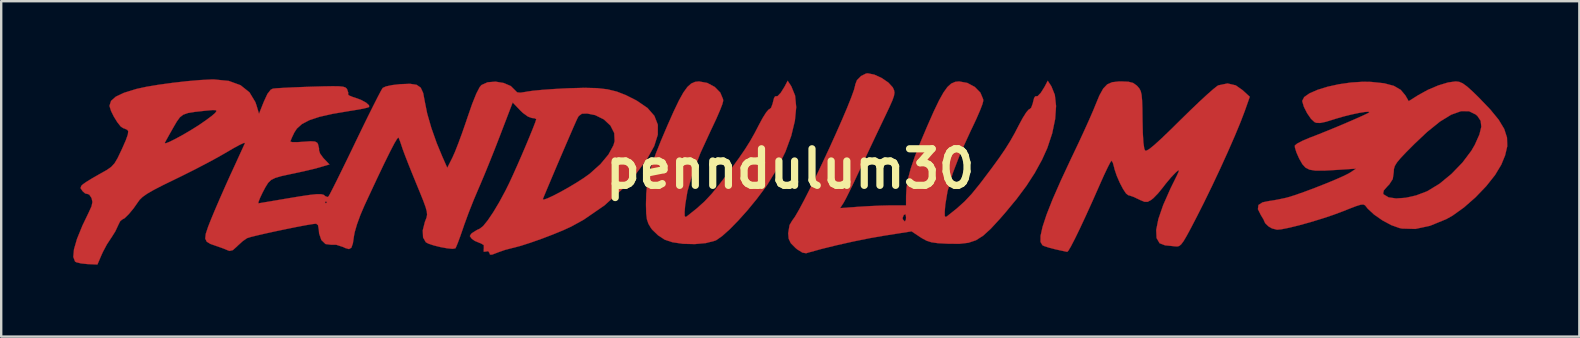
<source format=kicad_pcb>
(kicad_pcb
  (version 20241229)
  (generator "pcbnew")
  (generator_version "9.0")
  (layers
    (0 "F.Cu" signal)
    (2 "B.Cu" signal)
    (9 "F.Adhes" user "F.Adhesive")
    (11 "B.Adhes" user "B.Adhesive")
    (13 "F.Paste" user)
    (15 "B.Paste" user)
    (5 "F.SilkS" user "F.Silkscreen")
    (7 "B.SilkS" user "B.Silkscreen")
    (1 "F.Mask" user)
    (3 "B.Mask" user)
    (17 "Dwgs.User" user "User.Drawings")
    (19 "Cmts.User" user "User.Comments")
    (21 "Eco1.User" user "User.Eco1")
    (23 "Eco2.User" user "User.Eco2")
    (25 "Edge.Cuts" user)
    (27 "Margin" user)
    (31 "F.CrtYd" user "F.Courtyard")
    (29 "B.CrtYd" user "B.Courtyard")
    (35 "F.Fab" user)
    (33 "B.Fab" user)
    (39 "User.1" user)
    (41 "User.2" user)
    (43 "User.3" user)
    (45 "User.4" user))
  (footprint "penndulum30"
    (layer "F.Cu")
    (at 29.878 3.984)
    (property "Reference" "penndulum30" (at 0 0 0) (layer "F.SilkS") (effects (font (size 1.524 1.524) (thickness 0.3))))
    (attr through_hole)
    (fp_poly (pts (xy 0.046 -3.435) (xy 0.202 -3.054) (xy 0.249 -2.568) (xy 0.194 -2.002) (xy 0.043 -1.377) (xy -0.199 -0.716) (xy -0.527 -0.039) (xy -0.934 0.629) (xy -1.052 0.799) (xy -1.406 1.27) (xy -1.784 1.73) (xy -2.163 2.153) (xy -2.519 2.517) (xy -2.83 2.796) (xy -3.074 2.968) (xy -3.129 2.994) (xy -3.512 3.094) (xy -3.979 3.137) (xy -4.467 3.125) (xy -4.913 3.059) (xy -5.233 2.952) (xy -5.507 2.771) (xy -5.749 2.539) (xy -5.804 2.467) (xy -5.909 2.291) (xy -5.971 2.108) (xy -6.001 1.868) (xy -6.01 1.519) (xy -6.01 1.441) (xy -5.999 1.032) (xy -5.962 0.653) (xy -5.89 0.274) (xy -5.776 -0.136) (xy -5.61 -0.609) (xy -5.384 -1.176) (xy -5.128 -1.778) (xy -4.861 -2.38) (xy -4.64 -2.841) (xy -4.453 -3.178) (xy -4.286 -3.409) (xy -4.128 -3.551) (xy -3.965 -3.623) (xy -3.801 -3.641) (xy -3.456 -3.578) (xy -3.147 -3.412) (xy -2.914 -3.175) (xy -2.8 -2.902) (xy -2.794 -2.829) (xy -2.83 -2.689) (xy -2.93 -2.432) (xy -3.078 -2.091) (xy -3.261 -1.701) (xy -3.31 -1.599) (xy -3.744 -0.656) (xy -4.069 0.192) (xy -4.283 0.936) (xy -4.377 1.504) (xy -4.401 1.803) (xy -4.398 1.962) (xy -4.364 2.009) (xy -4.311 1.983) (xy -3.897 1.654) (xy -3.568 1.358) (xy -3.272 1.042) (xy -2.956 0.653) (xy -2.847 0.511) (xy -2.445 -0.021) (xy -2.13 -0.455) (xy -1.878 -0.823) (xy -1.668 -1.158) (xy -1.479 -1.493) (xy -1.31 -1.819) (xy -1.149 -2.118) (xy -1.006 -2.345) (xy -0.903 -2.467) (xy -0.875 -2.479) (xy -0.799 -2.541) (xy -0.733 -2.716) (xy -0.723 -2.763) (xy -0.675 -2.947) (xy -0.629 -3.022) (xy -0.619 -3.018) (xy -0.527 -3.029) (xy -0.393 -3.17) (xy -0.241 -3.415) (xy -0.235 -3.425) (xy -0.107 -3.669) (xy 0.046 -3.435)) (stroke (width 0.01) (type solid)) (fill yes) (layer "F.Cu"))
    (fp_poly (pts (xy 14.092 -3.628) (xy 14.287 -3.578) (xy 14.435 -3.473) (xy 14.474 -3.434) (xy 14.551 -3.341) (xy 14.605 -3.235) (xy 14.64 -3.085) (xy 14.661 -2.859) (xy 14.673 -2.527) (xy 14.679 -2.058) (xy 14.679 -2.041) (xy 14.691 -1.504) (xy 14.715 -1.102) (xy 14.751 -0.848) (xy 14.786 -0.759) (xy 14.851 -0.759) (xy 14.982 -0.838) (xy 15.187 -1.007) (xy 15.479 -1.273) (xy 15.867 -1.646) (xy 16.258 -2.032) (xy 16.664 -2.429) (xy 17.04 -2.788) (xy 17.367 -3.09) (xy 17.626 -3.318) (xy 17.795 -3.452) (xy 17.84 -3.478) (xy 18.222 -3.557) (xy 18.565 -3.477) (xy 18.847 -3.279) (xy 19.149 -3.002) (xy 18.941 -2.411) (xy 18.765 -1.95) (xy 18.526 -1.374) (xy 18.238 -0.716) (xy 17.917 -0.009) (xy 17.578 0.71) (xy 17.237 1.41) (xy 16.944 1.99) (xy 16.703 2.454) (xy 16.523 2.788) (xy 16.391 3.012) (xy 16.29 3.148) (xy 16.206 3.216) (xy 16.124 3.236) (xy 16.039 3.231) (xy 15.794 3.205) (xy 15.621 3.189) (xy 15.39 3.101) (xy 15.266 2.886) (xy 15.25 2.548) (xy 15.341 2.09) (xy 15.539 1.515) (xy 15.843 0.826) (xy 15.958 0.593) (xy 16.109 0.288) (xy 16.187 0.114) (xy 16.198 0.053) (xy 16.143 0.083) (xy 16.047 0.169) (xy 15.863 0.362) (xy 15.646 0.621) (xy 15.529 0.774) (xy 15.331 1.018) (xy 15.136 1.219) (xy 15.038 1.298) (xy 14.895 1.375) (xy 14.764 1.376) (xy 14.574 1.297) (xy 14.512 1.266) (xy 14.288 1.163) (xy 14.118 1.105) (xy 14.085 1.101) (xy 13.993 1.028) (xy 13.868 0.84) (xy 13.732 0.581) (xy 13.607 0.294) (xy 13.516 0.025) (xy 13.495 -0.064) (xy 13.444 -0.25) (xy 13.392 -0.338) (xy 13.388 -0.339) (xy 13.335 -0.266) (xy 13.232 -0.067) (xy 13.091 0.228) (xy 12.928 0.59) (xy 12.918 0.614) (xy 12.606 1.32) (xy 12.321 1.948) (xy 12.07 2.486) (xy 11.859 2.919) (xy 11.696 3.234) (xy 11.586 3.417) (xy 11.542 3.46) (xy 11.425 3.436) (xy 11.203 3.388) (xy 11.049 3.354) (xy 10.781 3.285) (xy 10.573 3.216) (xy 10.51 3.185) (xy 10.43 3.049) (xy 10.431 2.794) (xy 10.515 2.415) (xy 10.682 1.908) (xy 10.934 1.27) (xy 11.273 0.497) (xy 11.699 -0.416) (xy 11.784 -0.593) (xy 12.022 -1.094) (xy 12.254 -1.595) (xy 12.461 -2.054) (xy 12.625 -2.431) (xy 12.706 -2.63) (xy 12.882 -3.055) (xy 13.041 -3.342) (xy 13.209 -3.518) (xy 13.414 -3.608) (xy 13.685 -3.639) (xy 13.789 -3.641) (xy 14.092 -3.628)) (stroke (width 0.01) (type solid)) (fill yes) (layer "F.Cu"))
    (fp_poly (pts (xy 3.505 -3.924) (xy 3.812 -3.783) (xy 4.089 -3.594) (xy 4.271 -3.395) (xy 4.28 -3.379) (xy 4.326 -3.275) (xy 4.344 -3.172) (xy 4.323 -3.041) (xy 4.257 -2.851) (xy 4.135 -2.576) (xy 3.95 -2.185) (xy 3.887 -2.054) (xy 3.637 -1.531) (xy 3.354 -0.933) (xy 3.073 -0.337) (xy 2.857 0.127) (xy 2.663 0.541) (xy 2.482 0.914) (xy 2.333 1.213) (xy 2.231 1.402) (xy 2.213 1.432) (xy 2.079 1.637) (xy 2.873 1.58) (xy 3.312 1.554) (xy 3.77 1.534) (xy 4.164 1.524) (xy 4.246 1.524) (xy 4.826 1.524) (xy 4.827 1.122) (xy 4.847 0.781) (xy 4.909 0.412) (xy 5.021 -0.008) (xy 5.19 -0.504) (xy 5.424 -1.102) (xy 5.71 -1.778) (xy 5.976 -2.38) (xy 6.197 -2.841) (xy 6.385 -3.178) (xy 6.551 -3.409) (xy 6.709 -3.551) (xy 6.872 -3.623) (xy 7.036 -3.641) (xy 7.381 -3.578) (xy 7.69 -3.412) (xy 7.923 -3.175) (xy 8.038 -2.902) (xy 8.043 -2.829) (xy 8.007 -2.689) (xy 7.908 -2.432) (xy 7.76 -2.091) (xy 7.577 -1.701) (xy 7.527 -1.599) (xy 7.094 -0.656) (xy 6.768 0.192) (xy 6.554 0.936) (xy 6.46 1.504) (xy 6.437 1.803) (xy 6.44 1.962) (xy 6.473 2.009) (xy 6.527 1.983) (xy 6.941 1.654) (xy 7.269 1.358) (xy 7.565 1.042) (xy 7.881 0.653) (xy 7.991 0.511) (xy 8.392 -0.021) (xy 8.708 -0.455) (xy 8.96 -0.823) (xy 9.169 -1.158) (xy 9.358 -1.493) (xy 9.527 -1.819) (xy 9.688 -2.118) (xy 9.831 -2.345) (xy 9.934 -2.467) (xy 9.963 -2.479) (xy 10.038 -2.541) (xy 10.104 -2.716) (xy 10.114 -2.763) (xy 10.162 -2.947) (xy 10.209 -3.022) (xy 10.218 -3.018) (xy 10.31 -3.029) (xy 10.444 -3.17) (xy 10.597 -3.415) (xy 10.602 -3.425) (xy 10.73 -3.669) (xy 10.883 -3.435) (xy 11.026 -3.081) (xy 11.077 -2.616) (xy 11.039 -2.073) (xy 10.916 -1.48) (xy 10.713 -0.868) (xy 10.492 -0.379) (xy 10.187 0.175) (xy 9.843 0.707) (xy 9.433 1.257) (xy 8.93 1.863) (xy 8.733 2.088) (xy 8.356 2.497) (xy 8.038 2.787) (xy 7.741 2.976) (xy 7.424 3.082) (xy 7.05 3.125) (xy 6.578 3.122) (xy 6.541 3.12) (xy 6.156 3.099) (xy 5.887 3.062) (xy 5.681 2.996) (xy 5.486 2.89) (xy 5.421 2.848) (xy 5.056 2.606) (xy 3.898 2.788) (xy 3.302 2.892) (xy 2.633 3.027) (xy 1.95 3.18) (xy 1.307 3.338) (xy 0.764 3.488) (xy 0.663 3.519) (xy 0.508 3.492) (xy 0.291 3.357) (xy 0.219 3.297) (xy 0.023 3.099) (xy -0.065 2.913) (xy -0.085 2.685) (xy -0.029 2.344) (xy 0.078 2.164) (xy 0.155 2.056) (xy 4.679 2.056) (xy 4.694 2.109) (xy 4.778 2.196) (xy 4.82 2.119) (xy 4.826 2.015) (xy 4.805 1.892) (xy 4.734 1.921) (xy 4.732 1.923) (xy 4.679 2.056) (xy 0.155 2.056) (xy 0.198 1.996) (xy 0.37 1.7) (xy 0.584 1.298) (xy 0.83 0.814) (xy 1.097 0.27) (xy 1.373 -0.311) (xy 1.65 -0.905) (xy 1.915 -1.491) (xy 2.159 -2.044) (xy 2.371 -2.543) (xy 2.54 -2.965) (xy 2.656 -3.286) (xy 2.708 -3.485) (xy 2.709 -3.509) (xy 2.78 -3.693) (xy 2.951 -3.866) (xy 3.159 -3.97) (xy 3.233 -3.979) (xy 3.505 -3.924)) (stroke (width 0.01) (type solid)) (fill yes) (layer "F.Cu"))
    (fp_poly (pts (xy 27.873 -3.624) (xy 28.021 -3.561) (xy 28.202 -3.43) (xy 28.446 -3.21) (xy 28.677 -2.985) (xy 29.164 -2.479) (xy 29.519 -2.046) (xy 29.751 -1.661) (xy 29.867 -1.301) (xy 29.877 -0.94) (xy 29.787 -0.557) (xy 29.628 -0.171) (xy 29.369 0.259) (xy 28.998 0.726) (xy 28.553 1.189) (xy 28.074 1.609) (xy 27.6 1.949) (xy 27.335 2.098) (xy 26.656 2.375) (xy 26.047 2.505) (xy 25.498 2.49) (xy 25.382 2.467) (xy 25.044 2.346) (xy 24.671 2.145) (xy 24.324 1.903) (xy 24.062 1.659) (xy 24.01 1.593) (xy 23.952 1.521) (xy 23.882 1.487) (xy 23.768 1.496) (xy 23.579 1.555) (xy 23.284 1.668) (xy 23.047 1.763) (xy 22.637 1.916) (xy 22.169 2.072) (xy 21.681 2.221) (xy 21.209 2.352) (xy 20.79 2.455) (xy 20.463 2.52) (xy 20.286 2.537) (xy 20.078 2.485) (xy 19.939 2.407) (xy 19.809 2.288) (xy 19.767 2.219) (xy 19.723 2.113) (xy 19.619 1.94) (xy 19.612 1.93) (xy 19.488 1.682) (xy 19.51 1.508) (xy 19.683 1.397) (xy 19.94 1.344) (xy 20.287 1.288) (xy 20.642 1.213) (xy 20.738 1.188) (xy 21.037 1.096) (xy 21.246 1.022) (xy 24.705 1.022) (xy 24.73 1.068) (xy 24.933 1.19) (xy 25.249 1.235) (xy 25.642 1.208) (xy 26.076 1.111) (xy 26.514 0.946) (xy 26.562 0.923) (xy 27.054 0.624) (xy 27.553 0.214) (xy 28.012 -0.261) (xy 28.383 -0.753) (xy 28.528 -1.004) (xy 28.717 -1.428) (xy 28.797 -1.751) (xy 28.77 -1.999) (xy 28.636 -2.199) (xy 28.567 -2.261) (xy 28.284 -2.4) (xy 27.943 -2.399) (xy 27.541 -2.255) (xy 27.072 -1.967) (xy 26.534 -1.533) (xy 26.014 -1.042) (xy 25.672 -0.699) (xy 25.433 -0.447) (xy 25.28 -0.263) (xy 25.193 -0.119) (xy 25.155 0.008) (xy 25.146 0.146) (xy 25.146 0.149) (xy 25.107 0.424) (xy 24.963 0.648) (xy 24.894 0.718) (xy 24.734 0.899) (xy 24.705 1.022) (xy 21.246 1.022) (xy 21.422 0.96) (xy 21.855 0.798) (xy 22.295 0.625) (xy 22.706 0.455) (xy 23.046 0.305) (xy 23.279 0.189) (xy 23.325 0.161) (xy 23.58 -0.007) (xy 22.717 0.049) (xy 22.233 0.076) (xy 21.885 0.075) (xy 21.641 0.037) (xy 21.47 -0.05) (xy 21.339 -0.194) (xy 21.218 -0.407) (xy 21.204 -0.433) (xy 21.091 -0.687) (xy 21.03 -0.889) (xy 21.027 -0.972) (xy 21.122 -1.051) (xy 21.335 -1.163) (xy 21.624 -1.286) (xy 21.689 -1.311) (xy 21.999 -1.431) (xy 22.373 -1.581) (xy 22.776 -1.747) (xy 23.179 -1.917) (xy 23.548 -2.077) (xy 23.851 -2.212) (xy 24.056 -2.309) (xy 24.13 -2.351) (xy 24.102 -2.379) (xy 23.946 -2.369) (xy 23.697 -2.329) (xy 23.39 -2.264) (xy 23.06 -2.182) (xy 22.742 -2.09) (xy 22.674 -2.068) (xy 22.319 -1.959) (xy 22.081 -1.91) (xy 21.923 -1.916) (xy 21.849 -1.945) (xy 21.698 -2.085) (xy 21.537 -2.32) (xy 21.404 -2.582) (xy 21.338 -2.804) (xy 21.336 -2.834) (xy 21.416 -2.99) (xy 21.637 -3.144) (xy 21.97 -3.29) (xy 22.387 -3.419) (xy 22.861 -3.523) (xy 23.362 -3.595) (xy 23.862 -3.627) (xy 24.201 -3.621) (xy 24.747 -3.564) (xy 25.153 -3.456) (xy 25.441 -3.288) (xy 25.635 -3.054) (xy 25.77 -2.818) (xy 26.153 -3.06) (xy 26.565 -3.288) (xy 27.003 -3.474) (xy 27.413 -3.598) (xy 27.726 -3.641) (xy 27.873 -3.624)) (stroke (width 0.01) (type solid)) (fill yes) (layer "F.Cu"))
    (fp_poly (pts (xy -23.396 -3.662) (xy -22.905 -3.483) (xy -22.534 -3.188) (xy -22.287 -2.779) (xy -22.238 -2.636) (xy -22.136 -2.291) (xy -21.934 -2.798) (xy -21.784 -3.121) (xy -21.647 -3.296) (xy -21.555 -3.341) (xy -21.414 -3.355) (xy -21.136 -3.372) (xy -20.753 -3.391) (xy -20.299 -3.409) (xy -19.961 -3.421) (xy -19.439 -3.436) (xy -19.06 -3.442) (xy -18.8 -3.438) (xy -18.634 -3.421) (xy -18.536 -3.39) (xy -18.482 -3.342) (xy -18.462 -3.31) (xy -18.414 -3.165) (xy -18.427 -3.107) (xy -18.385 -3.057) (xy -18.225 -2.991) (xy -18.148 -2.968) (xy -17.885 -2.872) (xy -17.673 -2.757) (xy -17.551 -2.647) (xy -17.547 -2.575) (xy -17.648 -2.541) (xy -17.877 -2.492) (xy -18.192 -2.437) (xy -18.357 -2.411) (xy -19.062 -2.292) (xy -19.616 -2.167) (xy -20.038 -2.027) (xy -20.345 -1.866) (xy -20.557 -1.677) (xy -20.662 -1.517) (xy -20.764 -1.304) (xy -20.823 -1.159) (xy -20.828 -1.134) (xy -20.751 -1.112) (xy -20.551 -1.11) (xy -20.285 -1.127) (xy -19.982 -1.148) (xy -19.805 -1.137) (xy -19.713 -1.088) (xy -19.679 -1.033) (xy -19.634 -0.848) (xy -19.635 -0.773) (xy -19.594 -0.641) (xy -19.466 -0.462) (xy -19.427 -0.419) (xy -19.2 -0.182) (xy -19.612 -0.061) (xy -19.886 0.012) (xy -20.26 0.1) (xy -20.668 0.189) (xy -20.815 0.219) (xy -21.202 0.303) (xy -21.46 0.379) (xy -21.626 0.461) (xy -21.738 0.566) (xy -21.77 0.608) (xy -21.873 0.774) (xy -21.987 0.99) (xy -22.089 1.205) (xy -22.155 1.371) (xy -22.163 1.438) (xy -22.163 1.439) (xy -22.076 1.425) (xy -21.909 1.397) (xy -19.389 1.397) (xy -19.346 1.439) (xy -19.304 1.397) (xy -19.346 1.355) (xy -19.389 1.397) (xy -21.909 1.397) (xy -21.852 1.388) (xy -21.523 1.332) (xy -21.117 1.263) (xy -20.946 1.234) (xy -20.409 1.145) (xy -20.014 1.087) (xy -19.737 1.058) (xy -19.555 1.057) (xy -19.443 1.083) (xy -19.378 1.134) (xy -19.371 1.142) (xy -19.277 1.177) (xy -19.234 1.142) (xy -19.179 1.047) (xy -19.061 0.818) (xy -18.89 0.478) (xy -18.677 0.045) (xy -18.431 -0.459) (xy -18.162 -1.015) (xy -18.121 -1.101) (xy -17.849 -1.664) (xy -17.596 -2.181) (xy -17.372 -2.63) (xy -17.189 -2.991) (xy -17.056 -3.243) (xy -16.984 -3.366) (xy -16.98 -3.371) (xy -16.844 -3.433) (xy -16.588 -3.488) (xy -16.261 -3.526) (xy -16.247 -3.527) (xy -15.841 -3.542) (xy -15.568 -3.5) (xy -15.397 -3.381) (xy -15.295 -3.16) (xy -15.23 -2.814) (xy -15.228 -2.802) (xy -15.128 -2.304) (xy -14.957 -1.711) (xy -14.731 -1.071) (xy -14.505 -0.525) (xy -14.291 -0.042) (xy -14.077 -0.464) (xy -13.973 -0.697) (xy -13.834 -1.05) (xy -13.675 -1.481) (xy -13.513 -1.947) (xy -13.458 -2.112) (xy -13.252 -2.707) (xy -13.079 -3.137) (xy -12.94 -3.404) (xy -12.867 -3.49) (xy -12.609 -3.606) (xy -12.281 -3.632) (xy -11.94 -3.576) (xy -11.644 -3.449) (xy -11.452 -3.259) (xy -11.38 -3.187) (xy -11.246 -3.172) (xy -11.003 -3.209) (xy -10.961 -3.218) (xy -10.726 -3.252) (xy -10.365 -3.287) (xy -9.919 -3.32) (xy -9.431 -3.348) (xy -9.228 -3.357) (xy -8.575 -3.374) (xy -8.051 -3.362) (xy -7.615 -3.312) (xy -7.229 -3.218) (xy -6.853 -3.072) (xy -6.446 -2.867) (xy -6.378 -2.829) (xy -5.948 -2.535) (xy -5.661 -2.207) (xy -5.517 -1.837) (xy -5.519 -1.419) (xy -5.667 -0.949) (xy -5.962 -0.418) (xy -6.405 0.179) (xy -6.993 0.843) (xy -7.74 1.524) (xy -8.609 2.122) (xy -9.131 2.409) (xy -9.47 2.564) (xy -9.897 2.739) (xy -10.364 2.917) (xy -10.825 3.079) (xy -11.23 3.209) (xy -11.534 3.29) (xy -11.557 3.294) (xy -11.876 3.376) (xy -12.193 3.487) (xy -12.213 3.496) (xy -12.417 3.574) (xy -12.51 3.576) (xy -12.531 3.512) (xy -12.586 3.431) (xy -12.671 3.446) (xy -12.771 3.455) (xy -12.771 3.344) (xy -12.766 3.323) (xy -12.769 3.178) (xy -12.904 3.1) (xy -12.932 3.093) (xy -13.148 3.002) (xy -13.271 2.913) (xy -13.35 2.803) (xy -13.296 2.71) (xy -13.239 2.665) (xy -13.049 2.546) (xy -12.937 2.496) (xy -12.796 2.386) (xy -12.603 2.147) (xy -12.372 1.805) (xy -12.122 1.386) (xy -12.055 1.262) (xy -10.309 1.262) (xy -10.269 1.284) (xy -10.113 1.231) (xy -9.871 1.119) (xy -9.57 0.963) (xy -9.24 0.778) (xy -8.909 0.58) (xy -8.605 0.385) (xy -8.356 0.207) (xy -8.346 0.198) (xy -7.907 -0.195) (xy -7.573 -0.597) (xy -7.366 -0.98) (xy -7.317 -1.151) (xy -7.333 -1.489) (xy -7.491 -1.801) (xy -7.766 -2.059) (xy -8.129 -2.238) (xy -8.461 -2.304) (xy -8.68 -2.296) (xy -8.811 -2.201) (xy -8.861 -2.117) (xy -8.919 -1.993) (xy -9.03 -1.742) (xy -9.181 -1.393) (xy -9.361 -0.977) (xy -9.557 -0.521) (xy -9.756 -0.055) (xy -9.945 0.392) (xy -10.113 0.79) (xy -10.247 1.11) (xy -10.309 1.262) (xy -12.055 1.262) (xy -11.867 0.914) (xy -11.708 0.593) (xy -11.557 0.266) (xy -11.382 -0.124) (xy -11.198 -0.545) (xy -11.017 -0.968) (xy -10.853 -1.362) (xy -10.717 -1.697) (xy -10.623 -1.941) (xy -10.584 -2.064) (xy -10.583 -2.069) (xy -10.655 -2.107) (xy -10.766 -2.117) (xy -10.928 -2.176) (xy -11.139 -2.328) (xy -11.256 -2.441) (xy -11.565 -2.765) (xy -12.103 -1.361) (xy -12.309 -0.83) (xy -12.527 -0.284) (xy -12.736 0.228) (xy -12.917 0.658) (xy -12.999 0.847) (xy -13.194 1.307) (xy -13.4 1.828) (xy -13.58 2.318) (xy -13.626 2.455) (xy -13.746 2.801) (xy -13.851 3.084) (xy -13.927 3.267) (xy -13.954 3.315) (xy -14.071 3.334) (xy -14.296 3.312) (xy -14.575 3.261) (xy -14.854 3.192) (xy -15.081 3.116) (xy -15.185 3.059) (xy -15.299 2.86) (xy -15.312 2.563) (xy -15.222 2.207) (xy -15.198 2.148) (xy -15.153 2.028) (xy -15.132 1.915) (xy -15.143 1.781) (xy -15.193 1.597) (xy -15.289 1.333) (xy -15.439 0.961) (xy -15.568 0.648) (xy -15.751 0.2) (xy -15.919 -0.219) (xy -16.057 -0.574) (xy -16.15 -0.825) (xy -16.171 -0.889) (xy -16.248 -1.119) (xy -16.31 -1.28) (xy -16.323 -1.304) (xy -16.375 -1.261) (xy -16.494 -1.063) (xy -16.676 -0.714) (xy -16.923 -0.214) (xy -17.232 0.435) (xy -17.603 1.229) (xy -17.747 1.54) (xy -17.914 1.931) (xy -18.054 2.316) (xy -18.148 2.639) (xy -18.175 2.78) (xy -18.224 3.108) (xy -18.287 3.288) (xy -18.386 3.345) (xy -18.542 3.301) (xy -18.627 3.259) (xy -18.919 3.164) (xy -19.139 3.163) (xy -19.366 3.134) (xy -19.538 2.967) (xy -19.632 2.692) (xy -19.643 2.543) (xy -19.676 2.349) (xy -19.755 2.286) (xy -19.911 2.304) (xy -20.192 2.351) (xy -20.562 2.421) (xy -20.984 2.506) (xy -21.424 2.598) (xy -21.844 2.69) (xy -22.209 2.774) (xy -22.483 2.842) (xy -22.63 2.888) (xy -22.636 2.891) (xy -22.815 3.015) (xy -23.018 3.199) (xy -23.048 3.23) (xy -23.227 3.389) (xy -23.365 3.422) (xy -23.429 3.399) (xy -23.606 3.325) (xy -23.855 3.236) (xy -23.915 3.216) (xy -24.163 3.129) (xy -24.314 3.036) (xy -24.376 2.907) (xy -24.354 2.71) (xy -24.255 2.412) (xy -24.133 2.103) (xy -23.972 1.716) (xy -23.764 1.233) (xy -23.535 0.714) (xy -23.311 0.217) (xy -23.286 0.165) (xy -23.098 -0.244) (xy -22.934 -0.603) (xy -22.807 -0.88) (xy -22.731 -1.047) (xy -22.718 -1.077) (xy -22.767 -1.078) (xy -22.933 -1.003) (xy -23.188 -0.865) (xy -23.466 -0.702) (xy -23.821 -0.498) (xy -24.282 -0.248) (xy -24.802 0.023) (xy -25.333 0.289) (xy -25.62 0.429) (xy -26.138 0.681) (xy -26.523 0.88) (xy -26.798 1.039) (xy -26.987 1.172) (xy -27.111 1.292) (xy -27.165 1.367) (xy -27.361 1.646) (xy -27.562 1.888) (xy -27.734 2.057) (xy -27.843 2.117) (xy -27.924 2.188) (xy -28.008 2.36) (xy -28.012 2.37) (xy -28.125 2.61) (xy -28.286 2.866) (xy -28.31 2.9) (xy -28.474 3.15) (xy -28.638 3.458) (xy -28.695 3.582) (xy -28.869 3.988) (xy -29.292 3.969) (xy -29.554 3.941) (xy -29.748 3.893) (xy -29.801 3.863) (xy -29.873 3.673) (xy -29.845 3.355) (xy -29.718 2.917) (xy -29.493 2.365) (xy -29.235 1.829) (xy -29.114 1.564) (xy -29.076 1.383) (xy -29.109 1.232) (xy -29.118 1.21) (xy -29.208 1.075) (xy -29.28 1.049) (xy -29.38 1.026) (xy -29.484 0.934) (xy -29.573 0.804) (xy -29.54 0.709) (xy -29.478 0.65) (xy -29.338 0.55) (xy -29.095 0.401) (xy -28.801 0.232) (xy -28.756 0.207) (xy -28.48 0.052) (xy -28.292 -0.08) (xy -28.153 -0.232) (xy -28.027 -0.445) (xy -27.875 -0.763) (xy -27.843 -0.832) (xy -27.736 -1.073) (xy -26.065 -1.073) (xy -26.021 -1.063) (xy -25.862 -1.125) (xy -25.619 -1.246) (xy -25.32 -1.408) (xy -24.996 -1.598) (xy -24.676 -1.798) (xy -24.628 -1.829) (xy -24.346 -2.024) (xy -24.11 -2.199) (xy -23.965 -2.324) (xy -23.953 -2.338) (xy -23.906 -2.41) (xy -23.939 -2.445) (xy -24.081 -2.447) (xy -24.36 -2.422) (xy -24.386 -2.419) (xy -24.805 -2.373) (xy -25.094 -2.326) (xy -25.291 -2.256) (xy -25.434 -2.145) (xy -25.561 -1.97) (xy -25.711 -1.713) (xy -25.713 -1.709) (xy -25.871 -1.43) (xy -25.995 -1.207) (xy -26.061 -1.082) (xy -26.065 -1.073) (xy -27.736 -1.073) (xy -27.685 -1.191) (xy -27.601 -1.427) (xy -27.585 -1.564) (xy -27.62 -1.622) (xy -27.756 -1.685) (xy -27.791 -1.692) (xy -27.898 -1.763) (xy -28.039 -1.941) (xy -28.183 -2.173) (xy -28.301 -2.411) (xy -28.361 -2.603) (xy -28.363 -2.636) (xy -28.3 -2.831) (xy -28.103 -3.006) (xy -27.76 -3.168) (xy -27.261 -3.322) (xy -27.215 -3.334) (xy -26.821 -3.419) (xy -26.31 -3.504) (xy -25.733 -3.583) (xy -25.142 -3.65) (xy -24.59 -3.698) (xy -24.127 -3.722) (xy -24.006 -3.723) (xy -23.396 -3.662)) (stroke (width 0.01) (type solid)) (fill yes) (layer "F.Cu"))
    (fp_poly (pts (xy 0.046 -3.435) (xy 0.202 -3.054) (xy 0.249 -2.568) (xy 0.194 -2.002) (xy 0.043 -1.377) (xy -0.199 -0.716) (xy -0.527 -0.039) (xy -0.934 0.629) (xy -1.052 0.799) (xy -1.406 1.27) (xy -1.784 1.73) (xy -2.163 2.153) (xy -2.519 2.517) (xy -2.83 2.796) (xy -3.074 2.968) (xy -3.129 2.994) (xy -3.512 3.094) (xy -3.979 3.137) (xy -4.467 3.125) (xy -4.913 3.059) (xy -5.233 2.952) (xy -5.507 2.771) (xy -5.749 2.539) (xy -5.804 2.467) (xy -5.909 2.291) (xy -5.971 2.108) (xy -6.001 1.868) (xy -6.01 1.519) (xy -6.01 1.441) (xy -5.999 1.032) (xy -5.962 0.653) (xy -5.89 0.274) (xy -5.776 -0.136) (xy -5.61 -0.609) (xy -5.384 -1.176) (xy -5.128 -1.778) (xy -4.861 -2.38) (xy -4.64 -2.841) (xy -4.453 -3.178) (xy -4.286 -3.409) (xy -4.128 -3.551) (xy -3.965 -3.623) (xy -3.801 -3.641) (xy -3.456 -3.578) (xy -3.147 -3.412) (xy -2.914 -3.175) (xy -2.8 -2.902) (xy -2.794 -2.829) (xy -2.83 -2.689) (xy -2.93 -2.432) (xy -3.078 -2.091) (xy -3.261 -1.701) (xy -3.31 -1.599) (xy -3.744 -0.656) (xy -4.069 0.192) (xy -4.283 0.936) (xy -4.377 1.504) (xy -4.401 1.803) (xy -4.398 1.962) (xy -4.364 2.009) (xy -4.311 1.983) (xy -3.897 1.654) (xy -3.568 1.358) (xy -3.272 1.042) (xy -2.956 0.653) (xy -2.847 0.511) (xy -2.445 -0.021) (xy -2.13 -0.455) (xy -1.878 -0.823) (xy -1.668 -1.158) (xy -1.479 -1.493) (xy -1.31 -1.819) (xy -1.149 -2.118) (xy -1.006 -2.345) (xy -0.903 -2.467) (xy -0.875 -2.479) (xy -0.799 -2.541) (xy -0.733 -2.716) (xy -0.723 -2.763) (xy -0.675 -2.947) (xy -0.629 -3.022) (xy -0.619 -3.018) (xy -0.527 -3.029) (xy -0.393 -3.17) (xy -0.241 -3.415) (xy -0.235 -3.425) (xy -0.107 -3.669) (xy 0.046 -3.435)) (stroke (width 0.01) (type solid)) (fill yes) (layer "F.Mask"))
    (fp_poly (pts (xy 14.092 -3.628) (xy 14.287 -3.578) (xy 14.435 -3.473) (xy 14.474 -3.434) (xy 14.551 -3.341) (xy 14.605 -3.235) (xy 14.64 -3.085) (xy 14.661 -2.859) (xy 14.673 -2.527) (xy 14.679 -2.058) (xy 14.679 -2.041) (xy 14.691 -1.504) (xy 14.715 -1.102) (xy 14.751 -0.848) (xy 14.786 -0.759) (xy 14.851 -0.759) (xy 14.982 -0.838) (xy 15.187 -1.007) (xy 15.479 -1.273) (xy 15.867 -1.646) (xy 16.258 -2.032) (xy 16.664 -2.429) (xy 17.04 -2.788) (xy 17.367 -3.09) (xy 17.626 -3.318) (xy 17.795 -3.452) (xy 17.84 -3.478) (xy 18.222 -3.557) (xy 18.565 -3.477) (xy 18.847 -3.279) (xy 19.149 -3.002) (xy 18.941 -2.411) (xy 18.765 -1.95) (xy 18.526 -1.374) (xy 18.238 -0.716) (xy 17.917 -0.009) (xy 17.578 0.71) (xy 17.237 1.41) (xy 16.944 1.99) (xy 16.703 2.454) (xy 16.523 2.788) (xy 16.391 3.012) (xy 16.29 3.148) (xy 16.206 3.216) (xy 16.124 3.236) (xy 16.039 3.231) (xy 15.794 3.205) (xy 15.621 3.189) (xy 15.39 3.101) (xy 15.266 2.886) (xy 15.25 2.548) (xy 15.341 2.09) (xy 15.539 1.515) (xy 15.843 0.826) (xy 15.958 0.593) (xy 16.109 0.288) (xy 16.187 0.114) (xy 16.198 0.053) (xy 16.143 0.083) (xy 16.047 0.169) (xy 15.863 0.362) (xy 15.646 0.621) (xy 15.529 0.774) (xy 15.331 1.018) (xy 15.136 1.219) (xy 15.038 1.298) (xy 14.895 1.375) (xy 14.764 1.376) (xy 14.574 1.297) (xy 14.512 1.266) (xy 14.288 1.163) (xy 14.118 1.105) (xy 14.085 1.101) (xy 13.993 1.028) (xy 13.868 0.84) (xy 13.732 0.581) (xy 13.607 0.294) (xy 13.516 0.025) (xy 13.495 -0.064) (xy 13.444 -0.25) (xy 13.392 -0.338) (xy 13.388 -0.339) (xy 13.335 -0.266) (xy 13.232 -0.067) (xy 13.091 0.228) (xy 12.928 0.59) (xy 12.918 0.614) (xy 12.606 1.32) (xy 12.321 1.948) (xy 12.07 2.486) (xy 11.859 2.919) (xy 11.696 3.234) (xy 11.586 3.417) (xy 11.542 3.46) (xy 11.425 3.436) (xy 11.203 3.388) (xy 11.049 3.354) (xy 10.781 3.285) (xy 10.573 3.216) (xy 10.51 3.185) (xy 10.43 3.049) (xy 10.431 2.794) (xy 10.515 2.415) (xy 10.682 1.908) (xy 10.934 1.27) (xy 11.273 0.497) (xy 11.699 -0.416) (xy 11.784 -0.593) (xy 12.022 -1.094) (xy 12.254 -1.595) (xy 12.461 -2.054) (xy 12.625 -2.431) (xy 12.706 -2.63) (xy 12.882 -3.055) (xy 13.041 -3.342) (xy 13.209 -3.518) (xy 13.414 -3.608) (xy 13.685 -3.639) (xy 13.789 -3.641) (xy 14.092 -3.628)) (stroke (width 0.01) (type solid)) (fill yes) (layer "F.Mask"))
    (fp_poly (pts (xy 3.505 -3.924) (xy 3.812 -3.783) (xy 4.089 -3.594) (xy 4.271 -3.395) (xy 4.28 -3.379) (xy 4.326 -3.275) (xy 4.344 -3.172) (xy 4.323 -3.041) (xy 4.257 -2.851) (xy 4.135 -2.576) (xy 3.95 -2.185) (xy 3.887 -2.054) (xy 3.637 -1.531) (xy 3.354 -0.933) (xy 3.073 -0.337) (xy 2.857 0.127) (xy 2.663 0.541) (xy 2.482 0.914) (xy 2.333 1.213) (xy 2.231 1.402) (xy 2.213 1.432) (xy 2.079 1.637) (xy 2.873 1.58) (xy 3.312 1.554) (xy 3.77 1.534) (xy 4.164 1.524) (xy 4.246 1.524) (xy 4.826 1.524) (xy 4.827 1.122) (xy 4.847 0.781) (xy 4.909 0.412) (xy 5.021 -0.008) (xy 5.19 -0.504) (xy 5.424 -1.102) (xy 5.71 -1.778) (xy 5.976 -2.38) (xy 6.197 -2.841) (xy 6.385 -3.178) (xy 6.551 -3.409) (xy 6.709 -3.551) (xy 6.872 -3.623) (xy 7.036 -3.641) (xy 7.381 -3.578) (xy 7.69 -3.412) (xy 7.923 -3.175) (xy 8.038 -2.902) (xy 8.043 -2.829) (xy 8.007 -2.689) (xy 7.908 -2.432) (xy 7.76 -2.091) (xy 7.577 -1.701) (xy 7.527 -1.599) (xy 7.094 -0.656) (xy 6.768 0.192) (xy 6.554 0.936) (xy 6.46 1.504) (xy 6.437 1.803) (xy 6.44 1.962) (xy 6.473 2.009) (xy 6.527 1.983) (xy 6.941 1.654) (xy 7.269 1.358) (xy 7.565 1.042) (xy 7.881 0.653) (xy 7.991 0.511) (xy 8.392 -0.021) (xy 8.708 -0.455) (xy 8.96 -0.823) (xy 9.169 -1.158) (xy 9.358 -1.493) (xy 9.527 -1.819) (xy 9.688 -2.118) (xy 9.831 -2.345) (xy 9.934 -2.467) (xy 9.963 -2.479) (xy 10.038 -2.541) (xy 10.104 -2.716) (xy 10.114 -2.763) (xy 10.162 -2.947) (xy 10.209 -3.022) (xy 10.218 -3.018) (xy 10.31 -3.029) (xy 10.444 -3.17) (xy 10.597 -3.415) (xy 10.602 -3.425) (xy 10.73 -3.669) (xy 10.883 -3.435) (xy 11.026 -3.081) (xy 11.077 -2.616) (xy 11.039 -2.073) (xy 10.916 -1.48) (xy 10.713 -0.868) (xy 10.492 -0.379) (xy 10.187 0.175) (xy 9.843 0.707) (xy 9.433 1.257) (xy 8.93 1.863) (xy 8.733 2.088) (xy 8.356 2.497) (xy 8.038 2.787) (xy 7.741 2.976) (xy 7.424 3.082) (xy 7.05 3.125) (xy 6.578 3.122) (xy 6.541 3.12) (xy 6.156 3.099) (xy 5.887 3.062) (xy 5.681 2.996) (xy 5.486 2.89) (xy 5.421 2.848) (xy 5.056 2.606) (xy 3.898 2.788) (xy 3.302 2.892) (xy 2.633 3.027) (xy 1.95 3.18) (xy 1.307 3.338) (xy 0.764 3.488) (xy 0.663 3.519) (xy 0.508 3.492) (xy 0.291 3.357) (xy 0.219 3.297) (xy 0.023 3.099) (xy -0.065 2.913) (xy -0.085 2.685) (xy -0.029 2.344) (xy 0.078 2.164) (xy 0.155 2.056) (xy 4.679 2.056) (xy 4.694 2.109) (xy 4.778 2.196) (xy 4.82 2.119) (xy 4.826 2.015) (xy 4.805 1.892) (xy 4.734 1.921) (xy 4.732 1.923) (xy 4.679 2.056) (xy 0.155 2.056) (xy 0.198 1.996) (xy 0.37 1.7) (xy 0.584 1.298) (xy 0.83 0.814) (xy 1.097 0.27) (xy 1.373 -0.311) (xy 1.65 -0.905) (xy 1.915 -1.491) (xy 2.159 -2.044) (xy 2.371 -2.543) (xy 2.54 -2.965) (xy 2.656 -3.286) (xy 2.708 -3.485) (xy 2.709 -3.509) (xy 2.78 -3.693) (xy 2.951 -3.866) (xy 3.159 -3.97) (xy 3.233 -3.979) (xy 3.505 -3.924)) (stroke (width 0.01) (type solid)) (fill yes) (layer "F.Mask"))
    (fp_poly (pts (xy 27.873 -3.624) (xy 28.021 -3.561) (xy 28.202 -3.43) (xy 28.446 -3.21) (xy 28.677 -2.985) (xy 29.164 -2.479) (xy 29.519 -2.046) (xy 29.751 -1.661) (xy 29.867 -1.301) (xy 29.877 -0.94) (xy 29.787 -0.557) (xy 29.628 -0.171) (xy 29.369 0.259) (xy 28.998 0.726) (xy 28.553 1.189) (xy 28.074 1.609) (xy 27.6 1.949) (xy 27.335 2.098) (xy 26.656 2.375) (xy 26.047 2.505) (xy 25.498 2.49) (xy 25.382 2.467) (xy 25.044 2.346) (xy 24.671 2.145) (xy 24.324 1.903) (xy 24.062 1.659) (xy 24.01 1.593) (xy 23.952 1.521) (xy 23.882 1.487) (xy 23.768 1.496) (xy 23.579 1.555) (xy 23.284 1.668) (xy 23.047 1.763) (xy 22.637 1.916) (xy 22.169 2.072) (xy 21.681 2.221) (xy 21.209 2.352) (xy 20.79 2.455) (xy 20.463 2.52) (xy 20.286 2.537) (xy 20.078 2.485) (xy 19.939 2.407) (xy 19.809 2.288) (xy 19.767 2.219) (xy 19.723 2.113) (xy 19.619 1.94) (xy 19.612 1.93) (xy 19.488 1.682) (xy 19.51 1.508) (xy 19.683 1.397) (xy 19.94 1.344) (xy 20.287 1.288) (xy 20.642 1.213) (xy 20.738 1.188) (xy 21.037 1.096) (xy 21.246 1.022) (xy 24.705 1.022) (xy 24.73 1.068) (xy 24.933 1.19) (xy 25.249 1.235) (xy 25.642 1.208) (xy 26.076 1.111) (xy 26.514 0.946) (xy 26.562 0.923) (xy 27.054 0.624) (xy 27.553 0.214) (xy 28.012 -0.261) (xy 28.383 -0.753) (xy 28.528 -1.004) (xy 28.717 -1.428) (xy 28.797 -1.751) (xy 28.77 -1.999) (xy 28.636 -2.199) (xy 28.567 -2.261) (xy 28.284 -2.4) (xy 27.943 -2.399) (xy 27.541 -2.255) (xy 27.072 -1.967) (xy 26.534 -1.533) (xy 26.014 -1.042) (xy 25.672 -0.699) (xy 25.433 -0.447) (xy 25.28 -0.263) (xy 25.193 -0.119) (xy 25.155 0.008) (xy 25.146 0.146) (xy 25.146 0.149) (xy 25.107 0.424) (xy 24.963 0.648) (xy 24.894 0.718) (xy 24.734 0.899) (xy 24.705 1.022) (xy 21.246 1.022) (xy 21.422 0.96) (xy 21.855 0.798) (xy 22.295 0.625) (xy 22.706 0.455) (xy 23.046 0.305) (xy 23.279 0.189) (xy 23.325 0.161) (xy 23.58 -0.007) (xy 22.717 0.049) (xy 22.233 0.076) (xy 21.885 0.075) (xy 21.641 0.037) (xy 21.47 -0.05) (xy 21.339 -0.194) (xy 21.218 -0.407) (xy 21.204 -0.433) (xy 21.091 -0.687) (xy 21.03 -0.889) (xy 21.027 -0.972) (xy 21.122 -1.051) (xy 21.335 -1.163) (xy 21.624 -1.286) (xy 21.689 -1.311) (xy 21.999 -1.431) (xy 22.373 -1.581) (xy 22.776 -1.747) (xy 23.179 -1.917) (xy 23.548 -2.077) (xy 23.851 -2.212) (xy 24.056 -2.309) (xy 24.13 -2.351) (xy 24.102 -2.379) (xy 23.946 -2.369) (xy 23.697 -2.329) (xy 23.39 -2.264) (xy 23.06 -2.182) (xy 22.742 -2.09) (xy 22.674 -2.068) (xy 22.319 -1.959) (xy 22.081 -1.91) (xy 21.923 -1.916) (xy 21.849 -1.945) (xy 21.698 -2.085) (xy 21.537 -2.32) (xy 21.404 -2.582) (xy 21.338 -2.804) (xy 21.336 -2.834) (xy 21.416 -2.99) (xy 21.637 -3.144) (xy 21.97 -3.29) (xy 22.387 -3.419) (xy 22.861 -3.523) (xy 23.362 -3.595) (xy 23.862 -3.627) (xy 24.201 -3.621) (xy 24.747 -3.564) (xy 25.153 -3.456) (xy 25.441 -3.288) (xy 25.635 -3.054) (xy 25.77 -2.818) (xy 26.153 -3.06) (xy 26.565 -3.288) (xy 27.003 -3.474) (xy 27.413 -3.598) (xy 27.726 -3.641) (xy 27.873 -3.624)) (stroke (width 0.01) (type solid)) (fill yes) (layer "F.Mask"))
    (fp_poly (pts (xy -23.396 -3.662) (xy -22.905 -3.483) (xy -22.534 -3.188) (xy -22.287 -2.779) (xy -22.238 -2.636) (xy -22.136 -2.291) (xy -21.934 -2.798) (xy -21.784 -3.121) (xy -21.647 -3.296) (xy -21.555 -3.341) (xy -21.414 -3.355) (xy -21.136 -3.372) (xy -20.753 -3.391) (xy -20.299 -3.409) (xy -19.961 -3.421) (xy -19.439 -3.436) (xy -19.06 -3.442) (xy -18.8 -3.438) (xy -18.634 -3.421) (xy -18.536 -3.39) (xy -18.482 -3.342) (xy -18.462 -3.31) (xy -18.414 -3.165) (xy -18.427 -3.107) (xy -18.385 -3.057) (xy -18.225 -2.991) (xy -18.148 -2.968) (xy -17.885 -2.872) (xy -17.673 -2.757) (xy -17.551 -2.647) (xy -17.547 -2.575) (xy -17.648 -2.541) (xy -17.877 -2.492) (xy -18.192 -2.437) (xy -18.357 -2.411) (xy -19.062 -2.292) (xy -19.616 -2.167) (xy -20.038 -2.027) (xy -20.345 -1.866) (xy -20.557 -1.677) (xy -20.662 -1.517) (xy -20.764 -1.304) (xy -20.823 -1.159) (xy -20.828 -1.134) (xy -20.751 -1.112) (xy -20.551 -1.11) (xy -20.285 -1.127) (xy -19.982 -1.148) (xy -19.805 -1.137) (xy -19.713 -1.088) (xy -19.679 -1.033) (xy -19.634 -0.848) (xy -19.635 -0.773) (xy -19.594 -0.641) (xy -19.466 -0.462) (xy -19.427 -0.419) (xy -19.2 -0.182) (xy -19.612 -0.061) (xy -19.886 0.012) (xy -20.26 0.1) (xy -20.668 0.189) (xy -20.815 0.219) (xy -21.202 0.303) (xy -21.46 0.379) (xy -21.626 0.461) (xy -21.738 0.566) (xy -21.77 0.608) (xy -21.873 0.774) (xy -21.987 0.99) (xy -22.089 1.205) (xy -22.155 1.371) (xy -22.163 1.438) (xy -22.163 1.439) (xy -22.076 1.425) (xy -21.909 1.397) (xy -19.389 1.397) (xy -19.346 1.439) (xy -19.304 1.397) (xy -19.346 1.355) (xy -19.389 1.397) (xy -21.909 1.397) (xy -21.852 1.388) (xy -21.523 1.332) (xy -21.117 1.263) (xy -20.946 1.234) (xy -20.409 1.145) (xy -20.014 1.087) (xy -19.737 1.058) (xy -19.555 1.057) (xy -19.443 1.083) (xy -19.378 1.134) (xy -19.371 1.142) (xy -19.277 1.177) (xy -19.234 1.142) (xy -19.179 1.047) (xy -19.061 0.818) (xy -18.89 0.478) (xy -18.677 0.045) (xy -18.431 -0.459) (xy -18.162 -1.015) (xy -18.121 -1.101) (xy -17.849 -1.664) (xy -17.596 -2.181) (xy -17.372 -2.63) (xy -17.189 -2.991) (xy -17.056 -3.243) (xy -16.984 -3.366) (xy -16.98 -3.371) (xy -16.844 -3.433) (xy -16.588 -3.488) (xy -16.261 -3.526) (xy -16.247 -3.527) (xy -15.841 -3.542) (xy -15.568 -3.5) (xy -15.397 -3.381) (xy -15.295 -3.16) (xy -15.23 -2.814) (xy -15.228 -2.802) (xy -15.128 -2.304) (xy -14.957 -1.711) (xy -14.731 -1.071) (xy -14.505 -0.525) (xy -14.291 -0.042) (xy -14.077 -0.464) (xy -13.973 -0.697) (xy -13.834 -1.05) (xy -13.675 -1.481) (xy -13.513 -1.947) (xy -13.458 -2.112) (xy -13.252 -2.707) (xy -13.079 -3.137) (xy -12.94 -3.404) (xy -12.867 -3.49) (xy -12.609 -3.606) (xy -12.281 -3.632) (xy -11.94 -3.576) (xy -11.644 -3.449) (xy -11.452 -3.259) (xy -11.38 -3.187) (xy -11.246 -3.172) (xy -11.003 -3.209) (xy -10.961 -3.218) (xy -10.726 -3.252) (xy -10.365 -3.287) (xy -9.919 -3.32) (xy -9.431 -3.348) (xy -9.228 -3.357) (xy -8.575 -3.374) (xy -8.051 -3.362) (xy -7.615 -3.312) (xy -7.229 -3.218) (xy -6.853 -3.072) (xy -6.446 -2.867) (xy -6.378 -2.829) (xy -5.948 -2.535) (xy -5.661 -2.207) (xy -5.517 -1.837) (xy -5.519 -1.419) (xy -5.667 -0.949) (xy -5.962 -0.418) (xy -6.405 0.179) (xy -6.993 0.843) (xy -7.74 1.524) (xy -8.609 2.122) (xy -9.131 2.409) (xy -9.47 2.564) (xy -9.897 2.739) (xy -10.364 2.917) (xy -10.825 3.079) (xy -11.23 3.209) (xy -11.534 3.29) (xy -11.557 3.294) (xy -11.876 3.376) (xy -12.193 3.487) (xy -12.213 3.496) (xy -12.417 3.574) (xy -12.51 3.576) (xy -12.531 3.512) (xy -12.586 3.431) (xy -12.671 3.446) (xy -12.771 3.455) (xy -12.771 3.344) (xy -12.766 3.323) (xy -12.769 3.178) (xy -12.904 3.1) (xy -12.932 3.093) (xy -13.148 3.002) (xy -13.271 2.913) (xy -13.35 2.803) (xy -13.296 2.71) (xy -13.239 2.665) (xy -13.049 2.546) (xy -12.937 2.496) (xy -12.796 2.386) (xy -12.603 2.147) (xy -12.372 1.805) (xy -12.122 1.386) (xy -12.055 1.262) (xy -10.309 1.262) (xy -10.269 1.284) (xy -10.113 1.231) (xy -9.871 1.119) (xy -9.57 0.963) (xy -9.24 0.778) (xy -8.909 0.58) (xy -8.605 0.385) (xy -8.356 0.207) (xy -8.346 0.198) (xy -7.907 -0.195) (xy -7.573 -0.597) (xy -7.366 -0.98) (xy -7.317 -1.151) (xy -7.333 -1.489) (xy -7.491 -1.801) (xy -7.766 -2.059) (xy -8.129 -2.238) (xy -8.461 -2.304) (xy -8.68 -2.296) (xy -8.811 -2.201) (xy -8.861 -2.117) (xy -8.919 -1.993) (xy -9.03 -1.742) (xy -9.181 -1.393) (xy -9.361 -0.977) (xy -9.557 -0.521) (xy -9.756 -0.055) (xy -9.945 0.392) (xy -10.113 0.79) (xy -10.247 1.11) (xy -10.309 1.262) (xy -12.055 1.262) (xy -11.867 0.914) (xy -11.708 0.593) (xy -11.557 0.266) (xy -11.382 -0.124) (xy -11.198 -0.545) (xy -11.017 -0.968) (xy -10.853 -1.362) (xy -10.717 -1.697) (xy -10.623 -1.941) (xy -10.584 -2.064) (xy -10.583 -2.069) (xy -10.655 -2.107) (xy -10.766 -2.117) (xy -10.928 -2.176) (xy -11.139 -2.328) (xy -11.256 -2.441) (xy -11.565 -2.765) (xy -12.103 -1.361) (xy -12.309 -0.83) (xy -12.527 -0.284) (xy -12.736 0.228) (xy -12.917 0.658) (xy -12.999 0.847) (xy -13.194 1.307) (xy -13.4 1.828) (xy -13.58 2.318) (xy -13.626 2.455) (xy -13.746 2.801) (xy -13.851 3.084) (xy -13.927 3.267) (xy -13.954 3.315) (xy -14.071 3.334) (xy -14.296 3.312) (xy -14.575 3.261) (xy -14.854 3.192) (xy -15.081 3.116) (xy -15.185 3.059) (xy -15.299 2.86) (xy -15.312 2.563) (xy -15.222 2.207) (xy -15.198 2.148) (xy -15.153 2.028) (xy -15.132 1.915) (xy -15.143 1.781) (xy -15.193 1.597) (xy -15.289 1.333) (xy -15.439 0.961) (xy -15.568 0.648) (xy -15.751 0.2) (xy -15.919 -0.219) (xy -16.057 -0.574) (xy -16.15 -0.825) (xy -16.171 -0.889) (xy -16.248 -1.119) (xy -16.31 -1.28) (xy -16.323 -1.304) (xy -16.375 -1.261) (xy -16.494 -1.063) (xy -16.676 -0.714) (xy -16.923 -0.214) (xy -17.232 0.435) (xy -17.603 1.229) (xy -17.747 1.54) (xy -17.914 1.931) (xy -18.054 2.316) (xy -18.148 2.639) (xy -18.175 2.78) (xy -18.224 3.108) (xy -18.287 3.288) (xy -18.386 3.345) (xy -18.542 3.301) (xy -18.627 3.259) (xy -18.919 3.164) (xy -19.139 3.163) (xy -19.366 3.134) (xy -19.538 2.967) (xy -19.632 2.692) (xy -19.643 2.543) (xy -19.676 2.349) (xy -19.755 2.286) (xy -19.911 2.304) (xy -20.192 2.351) (xy -20.562 2.421) (xy -20.984 2.506) (xy -21.424 2.598) (xy -21.844 2.69) (xy -22.209 2.774) (xy -22.483 2.842) (xy -22.63 2.888) (xy -22.636 2.891) (xy -22.815 3.015) (xy -23.018 3.199) (xy -23.048 3.23) (xy -23.227 3.389) (xy -23.365 3.422) (xy -23.429 3.399) (xy -23.606 3.325) (xy -23.855 3.236) (xy -23.915 3.216) (xy -24.163 3.129) (xy -24.314 3.036) (xy -24.376 2.907) (xy -24.354 2.71) (xy -24.255 2.412) (xy -24.133 2.103) (xy -23.972 1.716) (xy -23.764 1.233) (xy -23.535 0.714) (xy -23.311 0.217) (xy -23.286 0.165) (xy -23.098 -0.244) (xy -22.934 -0.603) (xy -22.807 -0.88) (xy -22.731 -1.047) (xy -22.718 -1.077) (xy -22.767 -1.078) (xy -22.933 -1.003) (xy -23.188 -0.865) (xy -23.466 -0.702) (xy -23.821 -0.498) (xy -24.282 -0.248) (xy -24.802 0.023) (xy -25.333 0.289) (xy -25.62 0.429) (xy -26.138 0.681) (xy -26.523 0.88) (xy -26.798 1.039) (xy -26.987 1.172) (xy -27.111 1.292) (xy -27.165 1.367) (xy -27.361 1.646) (xy -27.562 1.888) (xy -27.734 2.057) (xy -27.843 2.117) (xy -27.924 2.188) (xy -28.008 2.36) (xy -28.012 2.37) (xy -28.125 2.61) (xy -28.286 2.866) (xy -28.31 2.9) (xy -28.474 3.15) (xy -28.638 3.458) (xy -28.695 3.582) (xy -28.869 3.988) (xy -29.292 3.969) (xy -29.554 3.941) (xy -29.748 3.893) (xy -29.801 3.863) (xy -29.873 3.673) (xy -29.845 3.355) (xy -29.718 2.917) (xy -29.493 2.365) (xy -29.235 1.829) (xy -29.114 1.564) (xy -29.076 1.383) (xy -29.109 1.232) (xy -29.118 1.21) (xy -29.208 1.075) (xy -29.28 1.049) (xy -29.38 1.026) (xy -29.484 0.934) (xy -29.573 0.804) (xy -29.54 0.709) (xy -29.478 0.65) (xy -29.338 0.55) (xy -29.095 0.401) (xy -28.801 0.232) (xy -28.756 0.207) (xy -28.48 0.052) (xy -28.292 -0.08) (xy -28.153 -0.232) (xy -28.027 -0.445) (xy -27.875 -0.763) (xy -27.843 -0.832) (xy -27.736 -1.073) (xy -26.065 -1.073) (xy -26.021 -1.063) (xy -25.862 -1.125) (xy -25.619 -1.246) (xy -25.32 -1.408) (xy -24.996 -1.598) (xy -24.676 -1.798) (xy -24.628 -1.829) (xy -24.346 -2.024) (xy -24.11 -2.199) (xy -23.965 -2.324) (xy -23.953 -2.338) (xy -23.906 -2.41) (xy -23.939 -2.445) (xy -24.081 -2.447) (xy -24.36 -2.422) (xy -24.386 -2.419) (xy -24.805 -2.373) (xy -25.094 -2.326) (xy -25.291 -2.256) (xy -25.434 -2.145) (xy -25.561 -1.97) (xy -25.711 -1.713) (xy -25.713 -1.709) (xy -25.871 -1.43) (xy -25.995 -1.207) (xy -26.061 -1.082) (xy -26.065 -1.073) (xy -27.736 -1.073) (xy -27.685 -1.191) (xy -27.601 -1.427) (xy -27.585 -1.564) (xy -27.62 -1.622) (xy -27.756 -1.685) (xy -27.791 -1.692) (xy -27.898 -1.763) (xy -28.039 -1.941) (xy -28.183 -2.173) (xy -28.301 -2.411) (xy -28.361 -2.603) (xy -28.363 -2.636) (xy -28.3 -2.831) (xy -28.103 -3.006) (xy -27.76 -3.168) (xy -27.261 -3.322) (xy -27.215 -3.334) (xy -26.821 -3.419) (xy -26.31 -3.504) (xy -25.733 -3.583) (xy -25.142 -3.65) (xy -24.59 -3.698) (xy -24.127 -3.722) (xy -24.006 -3.723) (xy -23.396 -3.662)) (stroke (width 0.01) (type solid)) (fill yes) (layer "F.Mask")))
  (gr_rect
    (start -3 -3)
    (end 62.76 10.977)
    (stroke (width 0.1) (type default))
    (fill no)
    (layer "Edge.Cuts")))
</source>
